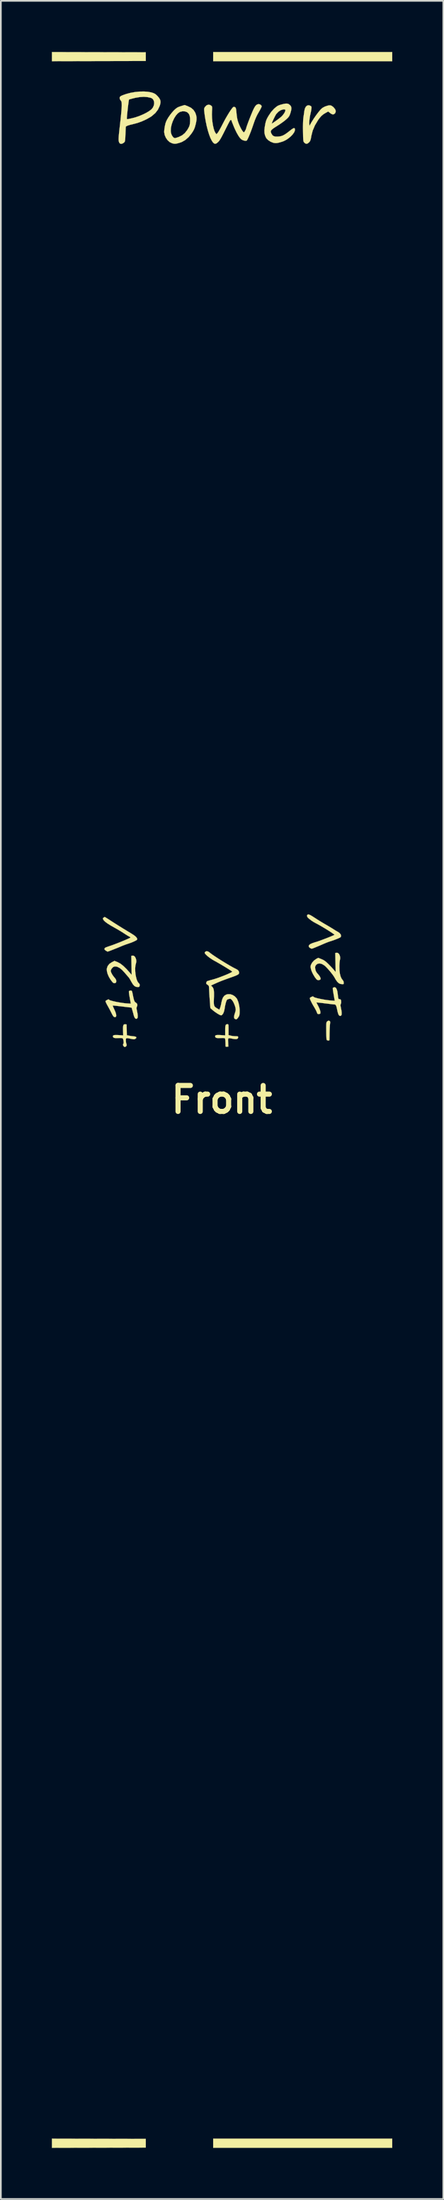
<source format=kicad_pcb>
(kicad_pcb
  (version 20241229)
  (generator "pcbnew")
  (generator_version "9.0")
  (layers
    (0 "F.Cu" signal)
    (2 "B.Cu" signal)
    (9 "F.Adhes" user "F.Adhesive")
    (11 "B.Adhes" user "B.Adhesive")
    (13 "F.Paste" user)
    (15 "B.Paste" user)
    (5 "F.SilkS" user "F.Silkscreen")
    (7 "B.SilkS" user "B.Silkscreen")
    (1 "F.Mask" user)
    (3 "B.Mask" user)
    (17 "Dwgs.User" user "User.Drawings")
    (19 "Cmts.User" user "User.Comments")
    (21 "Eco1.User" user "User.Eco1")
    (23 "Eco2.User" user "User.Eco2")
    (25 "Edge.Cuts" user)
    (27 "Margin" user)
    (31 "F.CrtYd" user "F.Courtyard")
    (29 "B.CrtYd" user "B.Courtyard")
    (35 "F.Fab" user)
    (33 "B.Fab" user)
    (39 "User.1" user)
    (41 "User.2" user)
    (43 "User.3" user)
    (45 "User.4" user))
  (footprint "Front"
    (layer "F.Cu")
    (at 9.996 61.502)
    (property "Reference" "Front" (at 0 0 0) (layer "F.SilkS") (effects (font (size 1.524 1.524) (thickness 0.3))))
    (attr through_hole)
    (fp_poly (pts (xy 10.019 -60.96) (xy -0.508 -60.96) (xy -0.508 -61.496) (xy 10.019 -61.496) (xy 10.019 -60.96)) (stroke (width 0.01) (type solid)) (fill yes) (layer "F.SilkS"))
    (fp_poly (pts (xy 10.019 61.524) (xy -0.508 61.524) (xy -0.508 60.988) (xy 10.019 60.988) (xy 10.019 61.524)) (stroke (width 0.01) (type solid)) (fill yes) (layer "F.SilkS"))
    (fp_poly (pts (xy -7.232 -61.489) (xy -4.473 -61.482) (xy -4.473 -60.974) (xy -7.232 -60.967) (xy -9.991 -60.96) (xy -9.991 -61.496) (xy -7.232 -61.489)) (stroke (width 0.01) (type solid)) (fill yes) (layer "F.SilkS"))
    (fp_poly (pts (xy -7.232 60.995) (xy -4.473 61.002) (xy -4.473 61.51) (xy -7.232 61.518) (xy -9.991 61.525) (xy -9.991 60.988) (xy -7.232 60.995)) (stroke (width 0.01) (type solid)) (fill yes) (layer "F.SilkS"))
    (fp_poly (pts (xy 6.316 -4.631) (xy 6.327 -4.626) (xy 6.359 -4.601) (xy 6.372 -4.562) (xy 6.368 -4.493) (xy 6.362 -4.45) (xy 6.354 -4.366) (xy 6.347 -4.242) (xy 6.34 -4.093) (xy 6.336 -3.935) (xy 6.335 -3.909) (xy 6.333 -3.765) (xy 6.33 -3.641) (xy 6.328 -3.548) (xy 6.326 -3.498) (xy 6.325 -3.493) (xy 6.299 -3.472) (xy 6.246 -3.473) (xy 6.191 -3.489) (xy 6.161 -3.518) (xy 6.155 -3.56) (xy 6.15 -3.649) (xy 6.145 -3.773) (xy 6.142 -3.924) (xy 6.141 -4.056) (xy 6.14 -4.234) (xy 6.141 -4.364) (xy 6.144 -4.454) (xy 6.151 -4.515) (xy 6.162 -4.553) (xy 6.179 -4.579) (xy 6.202 -4.6) (xy 6.204 -4.602) (xy 6.264 -4.638) (xy 6.316 -4.631)) (stroke (width 0.01) (type solid)) (fill yes) (layer "F.SilkS"))
    (fp_poly (pts (xy -5.675 -4.425) (xy -5.602 -4.417) (xy -5.586 -3.785) (xy -5.439 -3.755) (xy -5.324 -3.735) (xy -5.206 -3.721) (xy -5.165 -3.718) (xy -5.074 -3.701) (xy -5.029 -3.667) (xy -5.035 -3.62) (xy -5.085 -3.574) (xy -5.128 -3.552) (xy -5.177 -3.545) (xy -5.249 -3.554) (xy -5.334 -3.571) (xy -5.468 -3.599) (xy -5.557 -3.611) (xy -5.609 -3.605) (xy -5.635 -3.578) (xy -5.644 -3.526) (xy -5.644 -3.471) (xy -5.638 -3.377) (xy -5.622 -3.301) (xy -5.612 -3.277) (xy -5.593 -3.203) (xy -5.627 -3.137) (xy -5.668 -3.107) (xy -5.721 -3.095) (xy -5.768 -3.129) (xy -5.806 -3.193) (xy -5.811 -3.254) (xy -5.789 -3.286) (xy -5.775 -3.323) (xy -5.775 -3.393) (xy -5.785 -3.476) (xy -5.804 -3.552) (xy -5.828 -3.599) (xy -5.83 -3.601) (xy -5.881 -3.616) (xy -5.979 -3.622) (xy -6.095 -3.618) (xy -6.237 -3.615) (xy -6.331 -3.628) (xy -6.385 -3.658) (xy -6.406 -3.709) (xy -6.406 -3.725) (xy -6.394 -3.762) (xy -6.354 -3.786) (xy -6.277 -3.796) (xy -6.157 -3.796) (xy -6.044 -3.79) (xy -5.8 -3.774) (xy -5.809 -4.061) (xy -5.811 -4.216) (xy -5.803 -4.323) (xy -5.783 -4.388) (xy -5.746 -4.42) (xy -5.691 -4.427) (xy -5.675 -4.425)) (stroke (width 0.01) (type solid)) (fill yes) (layer "F.SilkS"))
    (fp_poly (pts (xy 0.358 -4.429) (xy 0.377 -4.416) (xy 0.388 -4.383) (xy 0.393 -4.32) (xy 0.395 -4.218) (xy 0.395 -4.112) (xy 0.395 -3.793) (xy 0.523 -3.759) (xy 0.629 -3.739) (xy 0.753 -3.727) (xy 0.805 -3.725) (xy 0.894 -3.723) (xy 0.94 -3.713) (xy 0.957 -3.69) (xy 0.96 -3.659) (xy 0.941 -3.596) (xy 0.883 -3.562) (xy 0.782 -3.556) (xy 0.652 -3.574) (xy 0.521 -3.6) (xy 0.437 -3.61) (xy 0.389 -3.598) (xy 0.369 -3.557) (xy 0.366 -3.48) (xy 0.371 -3.365) (xy 0.381 -3.119) (xy 0.303 -3.11) (xy 0.246 -3.11) (xy 0.221 -3.124) (xy 0.219 -3.161) (xy 0.216 -3.24) (xy 0.214 -3.344) (xy 0.213 -3.367) (xy 0.206 -3.498) (xy 0.191 -3.581) (xy 0.174 -3.609) (xy 0.131 -3.618) (xy 0.047 -3.622) (xy -0.06 -3.62) (xy -0.086 -3.618) (xy -0.227 -3.615) (xy -0.321 -3.628) (xy -0.374 -3.659) (xy -0.394 -3.71) (xy -0.395 -3.725) (xy -0.382 -3.763) (xy -0.338 -3.787) (xy -0.256 -3.797) (xy -0.13 -3.796) (xy -0.039 -3.79) (xy 0.198 -3.773) (xy 0.198 -4.068) (xy 0.2 -4.219) (xy 0.209 -4.322) (xy 0.229 -4.385) (xy 0.262 -4.419) (xy 0.311 -4.43) (xy 0.33 -4.431) (xy 0.358 -4.429)) (stroke (width 0.01) (type solid)) (fill yes) (layer "F.SilkS"))
    (fp_poly (pts (xy 5.197 -58.347) (xy 5.251 -58.313) (xy 5.273 -58.273) (xy 5.273 -58.204) (xy 5.271 -58.185) (xy 5.255 -58.079) (xy 5.233 -57.964) (xy 5.227 -57.94) (xy 5.19 -57.772) (xy 5.162 -57.601) (xy 5.144 -57.443) (xy 5.14 -57.317) (xy 5.141 -57.292) (xy 5.151 -57.166) (xy 5.282 -57.391) (xy 5.404 -57.587) (xy 5.547 -57.792) (xy 5.694 -57.985) (xy 5.819 -58.132) (xy 5.917 -58.219) (xy 6.041 -58.287) (xy 6.116 -58.316) (xy 6.254 -58.359) (xy 6.359 -58.37) (xy 6.446 -58.347) (xy 6.531 -58.288) (xy 6.572 -58.251) (xy 6.664 -58.139) (xy 6.7 -58.036) (xy 6.681 -57.94) (xy 6.663 -57.912) (xy 6.596 -57.848) (xy 6.518 -57.836) (xy 6.425 -57.875) (xy 6.371 -57.915) (xy 6.256 -58.007) (xy 6.113 -57.93) (xy 5.971 -57.844) (xy 5.851 -57.742) (xy 5.737 -57.61) (xy 5.66 -57.504) (xy 5.475 -57.194) (xy 5.342 -56.883) (xy 5.264 -56.576) (xy 5.262 -56.564) (xy 5.239 -56.431) (xy 5.216 -56.34) (xy 5.19 -56.276) (xy 5.154 -56.224) (xy 5.129 -56.197) (xy 5.041 -56.127) (xy 4.962 -56.111) (xy 4.884 -56.148) (xy 4.852 -56.179) (xy 4.829 -56.204) (xy 4.812 -56.232) (xy 4.8 -56.27) (xy 4.791 -56.326) (xy 4.785 -56.408) (xy 4.78 -56.524) (xy 4.777 -56.682) (xy 4.774 -56.849) (xy 4.772 -57.096) (xy 4.775 -57.314) (xy 4.782 -57.494) (xy 4.794 -57.628) (xy 4.798 -57.658) (xy 4.818 -57.79) (xy 4.837 -57.925) (xy 4.85 -58.027) (xy 4.884 -58.179) (xy 4.942 -58.29) (xy 5.018 -58.356) (xy 5.11 -58.374) (xy 5.197 -58.347)) (stroke (width 0.01) (type solid)) (fill yes) (layer "F.SilkS"))
    (fp_poly (pts (xy 5.143 -10.863) (xy 5.234 -10.819) (xy 5.359 -10.743) (xy 5.434 -10.694) (xy 5.578 -10.601) (xy 5.751 -10.493) (xy 5.931 -10.384) (xy 6.097 -10.286) (xy 6.107 -10.281) (xy 6.248 -10.199) (xy 6.38 -10.121) (xy 6.492 -10.053) (xy 6.572 -10.003) (xy 6.59 -9.991) (xy 6.691 -9.927) (xy 6.8 -9.865) (xy 6.825 -9.852) (xy 6.92 -9.786) (xy 6.985 -9.708) (xy 7.012 -9.628) (xy 6.997 -9.559) (xy 6.98 -9.539) (xy 6.93 -9.508) (xy 6.837 -9.465) (xy 6.714 -9.415) (xy 6.572 -9.362) (xy 6.423 -9.312) (xy 6.336 -9.285) (xy 6.254 -9.256) (xy 6.144 -9.214) (xy 6.026 -9.165) (xy 6.011 -9.159) (xy 5.786 -9.061) (xy 5.599 -8.982) (xy 5.453 -8.922) (xy 5.351 -8.882) (xy 5.296 -8.864) (xy 5.289 -8.863) (xy 5.248 -8.876) (xy 5.186 -8.906) (xy 5.122 -8.964) (xy 5.108 -9.017) (xy 5.129 -9.074) (xy 5.194 -9.129) (xy 5.307 -9.182) (xy 5.471 -9.238) (xy 5.544 -9.258) (xy 5.629 -9.285) (xy 5.751 -9.327) (xy 5.897 -9.381) (xy 6.056 -9.441) (xy 6.217 -9.503) (xy 6.366 -9.563) (xy 6.494 -9.616) (xy 6.587 -9.658) (xy 6.623 -9.676) (xy 6.611 -9.695) (xy 6.557 -9.738) (xy 6.469 -9.799) (xy 6.354 -9.875) (xy 6.22 -9.96) (xy 6.073 -10.05) (xy 5.922 -10.14) (xy 5.774 -10.226) (xy 5.636 -10.303) (xy 5.516 -10.366) (xy 5.505 -10.372) (xy 5.385 -10.439) (xy 5.264 -10.518) (xy 5.155 -10.6) (xy 5.071 -10.674) (xy 5.031 -10.722) (xy 5.01 -10.784) (xy 5.013 -10.821) (xy 5.039 -10.862) (xy 5.08 -10.877) (xy 5.143 -10.863)) (stroke (width 0.01) (type solid)) (fill yes) (layer "F.SilkS"))
    (fp_poly (pts (xy -6.857 -10.71) (xy -6.79 -10.669) (xy -6.694 -10.609) (xy -6.577 -10.534) (xy -6.527 -10.501) (xy -6.375 -10.403) (xy -6.194 -10.288) (xy -6.005 -10.17) (xy -5.827 -10.06) (xy -5.781 -10.032) (xy -5.631 -9.941) (xy -5.483 -9.851) (xy -5.35 -9.77) (xy -5.246 -9.706) (xy -5.207 -9.681) (xy -5.097 -9.602) (xy -5.019 -9.523) (xy -4.978 -9.451) (xy -4.982 -9.397) (xy -5.025 -9.361) (xy -5.113 -9.313) (xy -5.234 -9.258) (xy -5.378 -9.202) (xy -5.503 -9.159) (xy -5.642 -9.112) (xy -5.787 -9.058) (xy -5.911 -9.008) (xy -5.927 -9.001) (xy -6.021 -8.961) (xy -6.138 -8.913) (xy -6.268 -8.861) (xy -6.399 -8.809) (xy -6.521 -8.762) (xy -6.621 -8.724) (xy -6.69 -8.7) (xy -6.715 -8.693) (xy -6.747 -8.706) (xy -6.807 -8.739) (xy -6.825 -8.75) (xy -6.892 -8.808) (xy -6.905 -8.865) (xy -6.863 -8.916) (xy -6.83 -8.935) (xy -6.771 -8.958) (xy -6.676 -8.992) (xy -6.561 -9.031) (xy -6.519 -9.045) (xy -6.419 -9.08) (xy -6.29 -9.128) (xy -6.143 -9.185) (xy -5.985 -9.247) (xy -5.828 -9.311) (xy -5.681 -9.373) (xy -5.553 -9.428) (xy -5.454 -9.473) (xy -5.393 -9.503) (xy -5.379 -9.512) (xy -5.383 -9.539) (xy -5.431 -9.57) (xy -5.436 -9.572) (xy -5.494 -9.603) (xy -5.584 -9.656) (xy -5.692 -9.725) (xy -5.763 -9.771) (xy -5.892 -9.853) (xy -6.049 -9.948) (xy -6.212 -10.043) (xy -6.328 -10.108) (xy -6.558 -10.239) (xy -6.737 -10.353) (xy -6.866 -10.45) (xy -6.948 -10.534) (xy -6.97 -10.568) (xy -6.996 -10.625) (xy -6.988 -10.659) (xy -6.958 -10.685) (xy -6.909 -10.716) (xy -6.886 -10.724) (xy -6.857 -10.71)) (stroke (width 0.01) (type solid)) (fill yes) (layer "F.SilkS"))
    (fp_poly (pts (xy -5.183 -8.45) (xy -5.119 -8.398) (xy -5.069 -8.314) (xy -5.037 -8.212) (xy -5.03 -8.103) (xy -5.05 -8.006) (xy -5.083 -7.876) (xy -5.097 -7.719) (xy -5.094 -7.544) (xy -5.077 -7.366) (xy -5.045 -7.194) (xy -5.003 -7.042) (xy -4.95 -6.921) (xy -4.889 -6.843) (xy -4.88 -6.836) (xy -4.837 -6.782) (xy -4.831 -6.707) (xy -4.847 -6.643) (xy -4.884 -6.617) (xy -4.911 -6.614) (xy -4.995 -6.618) (xy -5.055 -6.628) (xy -5.144 -6.677) (xy -5.237 -6.782) (xy -5.332 -6.94) (xy -5.348 -6.971) (xy -5.402 -7.068) (xy -5.458 -7.155) (xy -5.492 -7.197) (xy -5.541 -7.252) (xy -5.612 -7.334) (xy -5.693 -7.429) (xy -5.714 -7.454) (xy -5.866 -7.617) (xy -6.007 -7.731) (xy -6.143 -7.799) (xy -6.181 -7.811) (xy -6.299 -7.822) (xy -6.397 -7.784) (xy -6.479 -7.694) (xy -6.509 -7.641) (xy -6.531 -7.588) (xy -6.531 -7.538) (xy -6.508 -7.469) (xy -6.492 -7.432) (xy -6.438 -7.333) (xy -6.363 -7.229) (xy -6.322 -7.179) (xy -6.25 -7.091) (xy -6.215 -7.017) (xy -6.209 -6.96) (xy -6.217 -6.891) (xy -6.248 -6.857) (xy -6.282 -6.846) (xy -6.331 -6.839) (xy -6.373 -6.851) (xy -6.42 -6.888) (xy -6.478 -6.958) (xy -6.557 -7.068) (xy -6.562 -7.074) (xy -6.651 -7.226) (xy -6.719 -7.388) (xy -6.759 -7.543) (xy -6.766 -7.677) (xy -6.763 -7.699) (xy -6.712 -7.849) (xy -6.61 -7.975) (xy -6.47 -8.068) (xy -6.313 -8.148) (xy -6.127 -8.074) (xy -5.971 -7.991) (xy -5.798 -7.857) (xy -5.606 -7.671) (xy -5.421 -7.465) (xy -5.301 -7.324) (xy -5.313 -7.882) (xy -5.324 -8.44) (xy -5.253 -8.458) (xy -5.183 -8.45)) (stroke (width 0.01) (type solid)) (fill yes) (layer "F.SilkS"))
    (fp_poly (pts (xy 6.812 -8.619) (xy 6.878 -8.568) (xy 6.928 -8.485) (xy 6.957 -8.381) (xy 6.958 -8.269) (xy 6.946 -8.214) (xy 6.933 -8.142) (xy 6.921 -8.032) (xy 6.913 -7.902) (xy 6.911 -7.832) (xy 6.917 -7.6) (xy 6.943 -7.395) (xy 6.988 -7.224) (xy 7.049 -7.096) (xy 7.087 -7.048) (xy 7.151 -6.96) (xy 7.168 -6.87) (xy 7.167 -6.817) (xy 7.155 -6.789) (xy 7.119 -6.78) (xy 7.047 -6.785) (xy 6.979 -6.794) (xy 6.884 -6.833) (xy 6.786 -6.923) (xy 6.689 -7.062) (xy 6.642 -7.148) (xy 6.587 -7.239) (xy 6.503 -7.357) (xy 6.4 -7.488) (xy 6.289 -7.619) (xy 6.181 -7.739) (xy 6.086 -7.834) (xy 6.034 -7.879) (xy 5.893 -7.963) (xy 5.763 -7.999) (xy 5.648 -7.986) (xy 5.554 -7.924) (xy 5.533 -7.898) (xy 5.492 -7.828) (xy 5.483 -7.756) (xy 5.49 -7.696) (xy 5.512 -7.594) (xy 5.546 -7.512) (xy 5.603 -7.43) (xy 5.676 -7.347) (xy 5.752 -7.249) (xy 5.798 -7.16) (xy 5.811 -7.09) (xy 5.796 -7.057) (xy 5.718 -7.018) (xy 5.632 -7.023) (xy 5.568 -7.063) (xy 5.463 -7.201) (xy 5.364 -7.366) (xy 5.286 -7.532) (xy 5.253 -7.627) (xy 5.227 -7.732) (xy 5.218 -7.806) (xy 5.226 -7.869) (xy 5.241 -7.918) (xy 5.31 -8.047) (xy 5.419 -8.168) (xy 5.55 -8.263) (xy 5.566 -8.272) (xy 5.671 -8.326) (xy 5.862 -8.25) (xy 5.968 -8.202) (xy 6.062 -8.144) (xy 6.16 -8.063) (xy 6.268 -7.96) (xy 6.37 -7.856) (xy 6.471 -7.75) (xy 6.554 -7.659) (xy 6.588 -7.62) (xy 6.695 -7.493) (xy 6.683 -8.051) (xy 6.671 -8.609) (xy 6.737 -8.626) (xy 6.812 -8.619)) (stroke (width 0.01) (type solid)) (fill yes) (layer "F.SilkS"))
    (fp_poly (pts (xy -2.015 -58.323) (xy -1.819 -58.228) (xy -1.67 -58.103) (xy -1.569 -57.948) (xy -1.559 -57.926) (xy -1.511 -57.788) (xy -1.488 -57.659) (xy -1.489 -57.523) (xy -1.515 -57.361) (xy -1.541 -57.249) (xy -1.582 -57.098) (xy -1.626 -56.98) (xy -1.682 -56.87) (xy -1.763 -56.744) (xy -1.77 -56.733) (xy -1.952 -56.505) (xy -2.152 -56.331) (xy -2.372 -56.209) (xy -2.519 -56.16) (xy -2.637 -56.13) (xy -2.718 -56.115) (xy -2.783 -56.113) (xy -2.85 -56.124) (xy -2.927 -56.144) (xy -3.063 -56.208) (xy -3.186 -56.317) (xy -3.287 -56.457) (xy -3.358 -56.617) (xy -3.39 -56.784) (xy -3.391 -56.804) (xy -3.388 -56.863) (xy -3.005 -56.863) (xy -2.99 -56.744) (xy -2.951 -56.633) (xy -2.893 -56.537) (xy -2.828 -56.47) (xy -2.764 -56.444) (xy -2.715 -56.454) (xy -2.631 -56.479) (xy -2.53 -56.514) (xy -2.522 -56.517) (xy -2.335 -56.61) (xy -2.176 -56.74) (xy -2.038 -56.915) (xy -1.982 -57.008) (xy -1.93 -57.105) (xy -1.898 -57.187) (xy -1.88 -57.274) (xy -1.87 -57.39) (xy -1.868 -57.44) (xy -1.869 -57.628) (xy -1.895 -57.772) (xy -1.948 -57.88) (xy -2.031 -57.959) (xy -2.047 -57.969) (xy -2.168 -58.014) (xy -2.31 -58.021) (xy -2.449 -57.989) (xy -2.476 -57.978) (xy -2.593 -57.895) (xy -2.704 -57.768) (xy -2.805 -57.607) (xy -2.89 -57.425) (xy -2.955 -57.232) (xy -2.995 -57.041) (xy -3.005 -56.863) (xy -3.388 -56.863) (xy -3.386 -56.896) (xy -3.372 -57.02) (xy -3.35 -57.152) (xy -3.345 -57.178) (xy -3.313 -57.314) (xy -3.272 -57.429) (xy -3.213 -57.546) (xy -3.146 -57.658) (xy -3.056 -57.788) (xy -2.95 -57.925) (xy -2.846 -58.043) (xy -2.817 -58.073) (xy -2.719 -58.164) (xy -2.637 -58.226) (xy -2.549 -58.271) (xy -2.435 -58.312) (xy -2.416 -58.318) (xy -2.194 -58.388) (xy -2.015 -58.323)) (stroke (width 0.01) (type solid)) (fill yes) (layer "F.SilkS"))
    (fp_poly (pts (xy -5.327 -6.404) (xy -5.3 -6.39) (xy -5.28 -6.354) (xy -5.261 -6.284) (xy -5.238 -6.17) (xy -5.236 -6.16) (xy -5.203 -5.999) (xy -5.175 -5.884) (xy -5.15 -5.806) (xy -5.122 -5.754) (xy -5.089 -5.719) (xy -5.052 -5.695) (xy -4.984 -5.63) (xy -4.966 -5.544) (xy -5 -5.45) (xy -5.017 -5.401) (xy -5.014 -5.328) (xy -4.997 -5.246) (xy -4.962 -5.069) (xy -4.946 -4.928) (xy -4.95 -4.829) (xy -4.968 -4.783) (xy -5.025 -4.744) (xy -5.082 -4.762) (xy -5.12 -4.805) (xy -5.157 -4.881) (xy -5.18 -4.953) (xy -5.198 -5.025) (xy -5.226 -5.127) (xy -5.253 -5.221) (xy -5.307 -5.405) (xy -5.859 -5.471) (xy -6.028 -5.491) (xy -6.178 -5.507) (xy -6.299 -5.519) (xy -6.382 -5.527) (xy -6.419 -5.528) (xy -6.42 -5.527) (xy -6.413 -5.499) (xy -6.386 -5.434) (xy -6.345 -5.343) (xy -6.333 -5.319) (xy -6.26 -5.152) (xy -6.218 -5.018) (xy -6.21 -4.92) (xy -6.233 -4.861) (xy -6.289 -4.845) (xy -6.306 -4.847) (xy -6.349 -4.865) (xy -6.39 -4.909) (xy -6.438 -4.987) (xy -6.484 -5.076) (xy -6.549 -5.206) (xy -6.629 -5.356) (xy -6.707 -5.498) (xy -6.724 -5.527) (xy -6.78 -5.631) (xy -6.821 -5.717) (xy -6.842 -5.774) (xy -6.842 -5.788) (xy -6.808 -5.818) (xy -6.746 -5.856) (xy -6.741 -5.858) (xy -6.68 -5.885) (xy -6.645 -5.883) (xy -6.623 -5.86) (xy -6.581 -5.837) (xy -6.493 -5.809) (xy -6.371 -5.777) (xy -6.225 -5.745) (xy -6.065 -5.715) (xy -5.901 -5.688) (xy -5.745 -5.666) (xy -5.607 -5.653) (xy -5.605 -5.653) (xy -5.353 -5.636) (xy -5.371 -5.732) (xy -5.383 -5.804) (xy -5.403 -5.912) (xy -5.425 -6.036) (xy -5.433 -6.079) (xy -5.452 -6.194) (xy -5.463 -6.291) (xy -5.466 -6.355) (xy -5.463 -6.368) (xy -5.427 -6.396) (xy -5.367 -6.406) (xy -5.327 -6.404)) (stroke (width 0.01) (type solid)) (fill yes) (layer "F.SilkS"))
    (fp_poly (pts (xy 6.696 -6.575) (xy 6.751 -6.495) (xy 6.792 -6.365) (xy 6.815 -6.206) (xy 6.83 -6.071) (xy 6.843 -5.982) (xy 6.859 -5.931) (xy 6.882 -5.906) (xy 6.914 -5.899) (xy 6.928 -5.898) (xy 6.977 -5.888) (xy 7.004 -5.847) (xy 7.016 -5.797) (xy 7.018 -5.69) (xy 6.999 -5.629) (xy 6.979 -5.575) (xy 6.979 -5.508) (xy 6.998 -5.413) (xy 7.033 -5.238) (xy 7.048 -5.098) (xy 7.044 -4.998) (xy 7.027 -4.952) (xy 6.97 -4.914) (xy 6.912 -4.931) (xy 6.872 -4.977) (xy 6.846 -5.037) (xy 6.816 -5.133) (xy 6.79 -5.246) (xy 6.787 -5.261) (xy 6.756 -5.408) (xy 6.725 -5.506) (xy 6.693 -5.563) (xy 6.655 -5.587) (xy 6.638 -5.589) (xy 6.596 -5.593) (xy 6.507 -5.602) (xy 6.382 -5.617) (xy 6.231 -5.635) (xy 6.075 -5.654) (xy 5.912 -5.674) (xy 5.77 -5.69) (xy 5.659 -5.703) (xy 5.585 -5.71) (xy 5.56 -5.712) (xy 5.572 -5.686) (xy 5.604 -5.621) (xy 5.651 -5.53) (xy 5.676 -5.482) (xy 5.743 -5.338) (xy 5.785 -5.217) (xy 5.796 -5.148) (xy 5.795 -5.076) (xy 5.776 -5.043) (xy 5.727 -5.031) (xy 5.711 -5.029) (xy 5.651 -5.029) (xy 5.617 -5.054) (xy 5.591 -5.118) (xy 5.587 -5.128) (xy 5.554 -5.208) (xy 5.501 -5.312) (xy 5.448 -5.405) (xy 5.363 -5.547) (xy 5.286 -5.688) (xy 5.224 -5.813) (xy 5.184 -5.909) (xy 5.181 -5.919) (xy 5.176 -5.965) (xy 5.206 -6) (xy 5.262 -6.03) (xy 5.329 -6.059) (xy 5.366 -6.062) (xy 5.394 -6.038) (xy 5.398 -6.033) (xy 5.44 -6.009) (xy 5.528 -5.98) (xy 5.651 -5.947) (xy 5.799 -5.915) (xy 5.96 -5.884) (xy 6.125 -5.856) (xy 6.284 -5.835) (xy 6.402 -5.823) (xy 6.64 -5.805) (xy 6.626 -5.887) (xy 6.589 -6.096) (xy 6.562 -6.256) (xy 6.542 -6.374) (xy 6.53 -6.457) (xy 6.525 -6.511) (xy 6.526 -6.544) (xy 6.531 -6.562) (xy 6.542 -6.572) (xy 6.55 -6.578) (xy 6.629 -6.603) (xy 6.696 -6.575)) (stroke (width 0.01) (type solid)) (fill yes) (layer "F.SilkS"))
    (fp_poly (pts (xy 3.857 -58.469) (xy 3.926 -58.444) (xy 3.952 -58.428) (xy 4.031 -58.361) (xy 4.077 -58.284) (xy 4.091 -58.188) (xy 4.074 -58.064) (xy 4.029 -57.902) (xy 3.992 -57.799) (xy 3.951 -57.72) (xy 3.895 -57.648) (xy 3.81 -57.565) (xy 3.782 -57.54) (xy 3.687 -57.461) (xy 3.559 -57.366) (xy 3.414 -57.265) (xy 3.267 -57.169) (xy 3.246 -57.156) (xy 3.093 -57.059) (xy 2.986 -56.983) (xy 2.917 -56.921) (xy 2.883 -56.864) (xy 2.879 -56.808) (xy 2.899 -56.744) (xy 2.92 -56.701) (xy 2.978 -56.613) (xy 3.05 -56.56) (xy 3.15 -56.535) (xy 3.289 -56.534) (xy 3.313 -56.535) (xy 3.429 -56.548) (xy 3.535 -56.576) (xy 3.641 -56.623) (xy 3.759 -56.695) (xy 3.9 -56.798) (xy 4.009 -56.885) (xy 4.122 -56.971) (xy 4.202 -57.02) (xy 4.254 -57.032) (xy 4.286 -57.01) (xy 4.298 -56.979) (xy 4.295 -56.887) (xy 4.249 -56.778) (xy 4.165 -56.661) (xy 4.053 -56.544) (xy 3.92 -56.433) (xy 3.773 -56.336) (xy 3.619 -56.26) (xy 3.557 -56.238) (xy 3.396 -56.189) (xy 3.272 -56.161) (xy 3.171 -56.152) (xy 3.08 -56.16) (xy 3.019 -56.174) (xy 2.865 -56.235) (xy 2.729 -56.323) (xy 2.626 -56.427) (xy 2.593 -56.479) (xy 2.537 -56.612) (xy 2.508 -56.749) (xy 2.503 -56.903) (xy 2.522 -57.088) (xy 2.54 -57.192) (xy 2.561 -57.3) (xy 2.935 -57.3) (xy 2.956 -57.307) (xy 3.011 -57.341) (xy 3.091 -57.395) (xy 3.186 -57.462) (xy 3.285 -57.535) (xy 3.38 -57.606) (xy 3.458 -57.669) (xy 3.508 -57.712) (xy 3.595 -57.806) (xy 3.667 -57.906) (xy 3.718 -57.999) (xy 3.738 -58.072) (xy 3.735 -58.096) (xy 3.71 -58.127) (xy 3.655 -58.134) (xy 3.606 -58.129) (xy 3.464 -58.084) (xy 3.327 -57.994) (xy 3.209 -57.869) (xy 3.195 -57.849) (xy 3.156 -57.785) (xy 3.107 -57.692) (xy 3.054 -57.585) (xy 3.004 -57.478) (xy 2.963 -57.385) (xy 2.939 -57.32) (xy 2.935 -57.3) (xy 2.561 -57.3) (xy 2.569 -57.34) (xy 2.599 -57.453) (xy 2.638 -57.553) (xy 2.693 -57.66) (xy 2.752 -57.76) (xy 2.903 -57.984) (xy 3.068 -58.165) (xy 3.093 -58.188) (xy 3.195 -58.276) (xy 3.28 -58.335) (xy 3.369 -58.376) (xy 3.483 -58.412) (xy 3.498 -58.416) (xy 3.655 -58.455) (xy 3.77 -58.472) (xy 3.857 -58.469)) (stroke (width 0.01) (type solid)) (fill yes) (layer "F.SilkS"))
    (fp_poly (pts (xy -4.341 -59.164) (xy -4.141 -59.126) (xy -4.132 -59.123) (xy -4.012 -59.083) (xy -3.926 -59.04) (xy -3.849 -58.978) (xy -3.784 -58.914) (xy -3.68 -58.791) (xy -3.622 -58.681) (xy -3.604 -58.567) (xy -3.624 -58.435) (xy -3.654 -58.336) (xy -3.757 -58.117) (xy -3.908 -57.92) (xy -4.11 -57.744) (xy -4.194 -57.686) (xy -4.424 -57.555) (xy -4.688 -57.434) (xy -4.965 -57.334) (xy -5.232 -57.263) (xy -5.235 -57.262) (xy -5.397 -57.224) (xy -5.526 -57.184) (xy -5.612 -57.145) (xy -5.648 -57.114) (xy -5.65 -57.085) (xy -5.654 -57.01) (xy -5.659 -56.898) (xy -5.665 -56.758) (xy -5.669 -56.675) (xy -5.676 -56.51) (xy -5.683 -56.392) (xy -5.691 -56.311) (xy -5.702 -56.257) (xy -5.719 -56.222) (xy -5.743 -56.194) (xy -5.766 -56.174) (xy -5.851 -56.122) (xy -5.933 -56.107) (xy -5.997 -56.133) (xy -6.004 -56.141) (xy -6.03 -56.177) (xy -6.049 -56.217) (xy -6.062 -56.267) (xy -6.069 -56.334) (xy -6.069 -56.423) (xy -6.063 -56.539) (xy -6.05 -56.69) (xy -6.03 -56.881) (xy -6.003 -57.117) (xy -5.978 -57.333) (xy -5.953 -57.55) (xy -5.947 -57.607) (xy -5.588 -57.607) (xy -5.577 -57.559) (xy -5.539 -57.555) (xy -5.539 -57.555) (xy -5.485 -57.568) (xy -5.398 -57.587) (xy -5.32 -57.603) (xy -5.105 -57.657) (xy -4.879 -57.733) (xy -4.655 -57.826) (xy -4.447 -57.928) (xy -4.269 -58.035) (xy -4.144 -58.131) (xy -4.053 -58.241) (xy -3.998 -58.367) (xy -3.978 -58.498) (xy -3.994 -58.62) (xy -4.046 -58.723) (xy -4.124 -58.789) (xy -4.18 -58.809) (xy -4.272 -58.832) (xy -4.381 -58.853) (xy -4.384 -58.854) (xy -4.588 -58.869) (xy -4.827 -58.854) (xy -5.09 -58.81) (xy -5.28 -58.762) (xy -5.461 -58.712) (xy -5.481 -58.587) (xy -5.493 -58.502) (xy -5.509 -58.381) (xy -5.526 -58.238) (xy -5.543 -58.085) (xy -5.559 -57.934) (xy -5.573 -57.798) (xy -5.583 -57.689) (xy -5.588 -57.619) (xy -5.588 -57.607) (xy -5.947 -57.607) (xy -5.931 -57.762) (xy -5.913 -57.958) (xy -5.898 -58.129) (xy -5.889 -58.263) (xy -5.886 -58.34) (xy -5.887 -58.462) (xy -5.893 -58.543) (xy -5.908 -58.597) (xy -5.934 -58.637) (xy -5.948 -58.652) (xy -5.993 -58.723) (xy -6.011 -58.795) (xy -6.004 -58.843) (xy -5.976 -58.884) (xy -5.921 -58.923) (xy -5.83 -58.963) (xy -5.696 -59.011) (xy -5.616 -59.038) (xy -5.37 -59.103) (xy -5.106 -59.149) (xy -4.837 -59.176) (xy -4.577 -59.181) (xy -4.341 -59.164)) (stroke (width 0.01) (type solid)) (fill yes) (layer "F.SilkS"))
    (fp_poly (pts (xy 2.207 -58.435) (xy 2.282 -58.401) (xy 2.332 -58.347) (xy 2.342 -58.308) (xy 2.328 -58.263) (xy 2.29 -58.182) (xy 2.234 -58.077) (xy 2.172 -57.971) (xy 2.085 -57.818) (xy 2.009 -57.659) (xy 1.935 -57.479) (xy 1.858 -57.261) (xy 1.852 -57.243) (xy 1.779 -57.031) (xy 1.706 -56.833) (xy 1.636 -56.656) (xy 1.573 -56.506) (xy 1.519 -56.391) (xy 1.478 -56.319) (xy 1.458 -56.297) (xy 1.398 -56.286) (xy 1.312 -56.299) (xy 1.219 -56.331) (xy 1.15 -56.37) (xy 1.065 -56.455) (xy 0.97 -56.59) (xy 0.868 -56.769) (xy 0.763 -56.987) (xy 0.708 -57.114) (xy 0.655 -57.245) (xy 0.611 -57.357) (xy 0.579 -57.441) (xy 0.565 -57.485) (xy 0.564 -57.488) (xy 0.548 -57.515) (xy 0.509 -57.504) (xy 0.484 -57.48) (xy 0.463 -57.445) (xy 0.421 -57.367) (xy 0.362 -57.254) (xy 0.291 -57.114) (xy 0.21 -56.954) (xy 0.173 -56.879) (xy 0.07 -56.676) (xy -0.013 -56.518) (xy -0.081 -56.398) (xy -0.138 -56.31) (xy -0.188 -56.246) (xy -0.224 -56.21) (xy -0.315 -56.138) (xy -0.387 -56.111) (xy -0.451 -56.129) (xy -0.514 -56.183) (xy -0.591 -56.293) (xy -0.67 -56.451) (xy -0.747 -56.651) (xy -0.82 -56.886) (xy -0.888 -57.148) (xy -0.947 -57.43) (xy -0.997 -57.724) (xy -1.02 -57.901) (xy -1.035 -58.03) (xy -1.042 -58.117) (xy -1.039 -58.175) (xy -1.026 -58.218) (xy -1.002 -58.258) (xy -0.989 -58.276) (xy -0.899 -58.368) (xy -0.798 -58.407) (xy -0.694 -58.392) (xy -0.611 -58.339) (xy -0.587 -58.312) (xy -0.574 -58.275) (xy -0.569 -58.215) (xy -0.572 -58.121) (xy -0.579 -58.021) (xy -0.584 -57.822) (xy -0.576 -57.61) (xy -0.555 -57.396) (xy -0.523 -57.193) (xy -0.482 -57.011) (xy -0.434 -56.863) (xy -0.386 -56.768) (xy -0.32 -56.671) (xy -0.248 -56.748) (xy -0.211 -56.799) (xy -0.156 -56.89) (xy -0.087 -57.012) (xy -0.012 -57.153) (xy 0.041 -57.256) (xy 0.139 -57.444) (xy 0.24 -57.628) (xy 0.342 -57.801) (xy 0.438 -57.958) (xy 0.526 -58.09) (xy 0.601 -58.193) (xy 0.659 -58.258) (xy 0.693 -58.279) (xy 0.754 -58.272) (xy 0.797 -58.247) (xy 0.825 -58.193) (xy 0.844 -58.102) (xy 0.858 -57.964) (xy 0.859 -57.94) (xy 0.874 -57.793) (xy 0.896 -57.643) (xy 0.921 -57.515) (xy 0.932 -57.473) (xy 0.975 -57.343) (xy 1.031 -57.205) (xy 1.093 -57.072) (xy 1.157 -56.953) (xy 1.217 -56.859) (xy 1.268 -56.799) (xy 1.297 -56.783) (xy 1.324 -56.806) (xy 1.361 -56.864) (xy 1.399 -56.936) (xy 1.428 -57.006) (xy 1.439 -57.052) (xy 1.449 -57.092) (xy 1.478 -57.176) (xy 1.521 -57.296) (xy 1.576 -57.443) (xy 1.641 -57.609) (xy 1.67 -57.683) (xy 1.759 -57.902) (xy 1.832 -58.073) (xy 1.895 -58.203) (xy 1.95 -58.297) (xy 2.001 -58.363) (xy 2.053 -58.405) (xy 2.107 -58.43) (xy 2.127 -58.436) (xy 2.207 -58.435)) (stroke (width 0.01) (type solid)) (fill yes) (layer "F.SilkS"))
    (fp_poly (pts (xy -0.769 -8.678) (xy -0.723 -8.642) (xy -0.653 -8.585) (xy -0.543 -8.505) (xy -0.4 -8.409) (xy -0.235 -8.301) (xy -0.055 -8.186) (xy 0.131 -8.071) (xy 0.314 -7.961) (xy 0.486 -7.86) (xy 0.637 -7.775) (xy 0.759 -7.711) (xy 0.81 -7.687) (xy 0.924 -7.624) (xy 0.99 -7.555) (xy 1.015 -7.47) (xy 1.016 -7.445) (xy 1.005 -7.401) (xy 0.969 -7.359) (xy 0.899 -7.317) (xy 0.789 -7.269) (xy 0.635 -7.212) (xy 0.403 -7.13) (xy 0.215 -7.062) (xy 0.058 -7.004) (xy -0.077 -6.952) (xy -0.201 -6.901) (xy -0.324 -6.847) (xy -0.458 -6.786) (xy -0.51 -6.762) (xy -0.638 -6.703) (xy -0.563 -6.627) (xy -0.52 -6.572) (xy -0.489 -6.501) (xy -0.47 -6.405) (xy -0.461 -6.277) (xy -0.461 -6.108) (xy -0.468 -5.93) (xy -0.473 -5.759) (xy -0.471 -5.634) (xy -0.456 -5.544) (xy -0.427 -5.478) (xy -0.378 -5.426) (xy -0.307 -5.377) (xy -0.277 -5.359) (xy -0.146 -5.282) (xy -0.102 -5.391) (xy -0.072 -5.483) (xy -0.044 -5.598) (xy -0.032 -5.664) (xy 0.011 -5.858) (xy 0.07 -6.002) (xy 0.15 -6.104) (xy 0.256 -6.167) (xy 0.347 -6.192) (xy 0.491 -6.192) (xy 0.637 -6.145) (xy 0.77 -6.059) (xy 0.875 -5.943) (xy 0.904 -5.894) (xy 0.973 -5.72) (xy 1.022 -5.513) (xy 1.047 -5.293) (xy 1.046 -5.081) (xy 1.028 -4.948) (xy 1.006 -4.895) (xy 0.963 -4.828) (xy 0.914 -4.766) (xy 0.87 -4.724) (xy 0.851 -4.716) (xy 0.81 -4.726) (xy 0.783 -4.733) (xy 0.733 -4.772) (xy 0.717 -4.854) (xy 0.736 -4.974) (xy 0.759 -5.05) (xy 0.791 -5.15) (xy 0.812 -5.236) (xy 0.818 -5.282) (xy 0.804 -5.389) (xy 0.766 -5.521) (xy 0.712 -5.656) (xy 0.652 -5.772) (xy 0.611 -5.829) (xy 0.553 -5.893) (xy 0.509 -5.922) (xy 0.46 -5.923) (xy 0.406 -5.911) (xy 0.342 -5.891) (xy 0.301 -5.859) (xy 0.27 -5.8) (xy 0.246 -5.732) (xy 0.216 -5.622) (xy 0.187 -5.487) (xy 0.168 -5.368) (xy 0.136 -5.206) (xy 0.088 -5.076) (xy 0.027 -4.988) (xy -0.028 -4.953) (xy -0.078 -4.96) (xy -0.161 -4.998) (xy -0.265 -5.058) (xy -0.38 -5.135) (xy -0.495 -5.221) (xy -0.57 -5.284) (xy -0.674 -5.376) (xy -0.708 -5.828) (xy -0.721 -6.001) (xy -0.732 -6.174) (xy -0.741 -6.329) (xy -0.747 -6.45) (xy -0.749 -6.487) (xy -0.753 -6.594) (xy -0.763 -6.661) (xy -0.783 -6.701) (xy -0.819 -6.732) (xy -0.845 -6.748) (xy -0.905 -6.793) (xy -0.921 -6.836) (xy -0.916 -6.866) (xy -0.893 -6.924) (xy -0.879 -6.948) (xy -0.846 -6.963) (xy -0.769 -6.987) (xy -0.661 -7.019) (xy -0.536 -7.052) (xy -0.416 -7.087) (xy -0.274 -7.133) (xy -0.12 -7.188) (xy 0.04 -7.249) (xy 0.195 -7.31) (xy 0.338 -7.37) (xy 0.459 -7.425) (xy 0.551 -7.47) (xy 0.604 -7.503) (xy 0.613 -7.517) (xy 0.586 -7.54) (xy 0.519 -7.587) (xy 0.418 -7.651) (xy 0.293 -7.729) (xy 0.15 -7.816) (xy -0.002 -7.907) (xy -0.156 -7.997) (xy -0.302 -8.081) (xy -0.434 -8.154) (xy -0.459 -8.167) (xy -0.59 -8.245) (xy -0.724 -8.337) (xy -0.838 -8.425) (xy -0.868 -8.452) (xy -0.95 -8.532) (xy -0.995 -8.585) (xy -1.009 -8.622) (xy -1 -8.654) (xy -0.999 -8.655) (xy -0.939 -8.707) (xy -0.858 -8.714) (xy -0.769 -8.678)) (stroke (width 0.01) (type solid)) (fill yes) (layer "F.SilkS")))
  (gr_rect
    (start -3 -3)
    (end 23.02 126.031)
    (stroke (width 0.1) (type default))
    (fill no)
    (layer "Edge.Cuts")))
</source>
